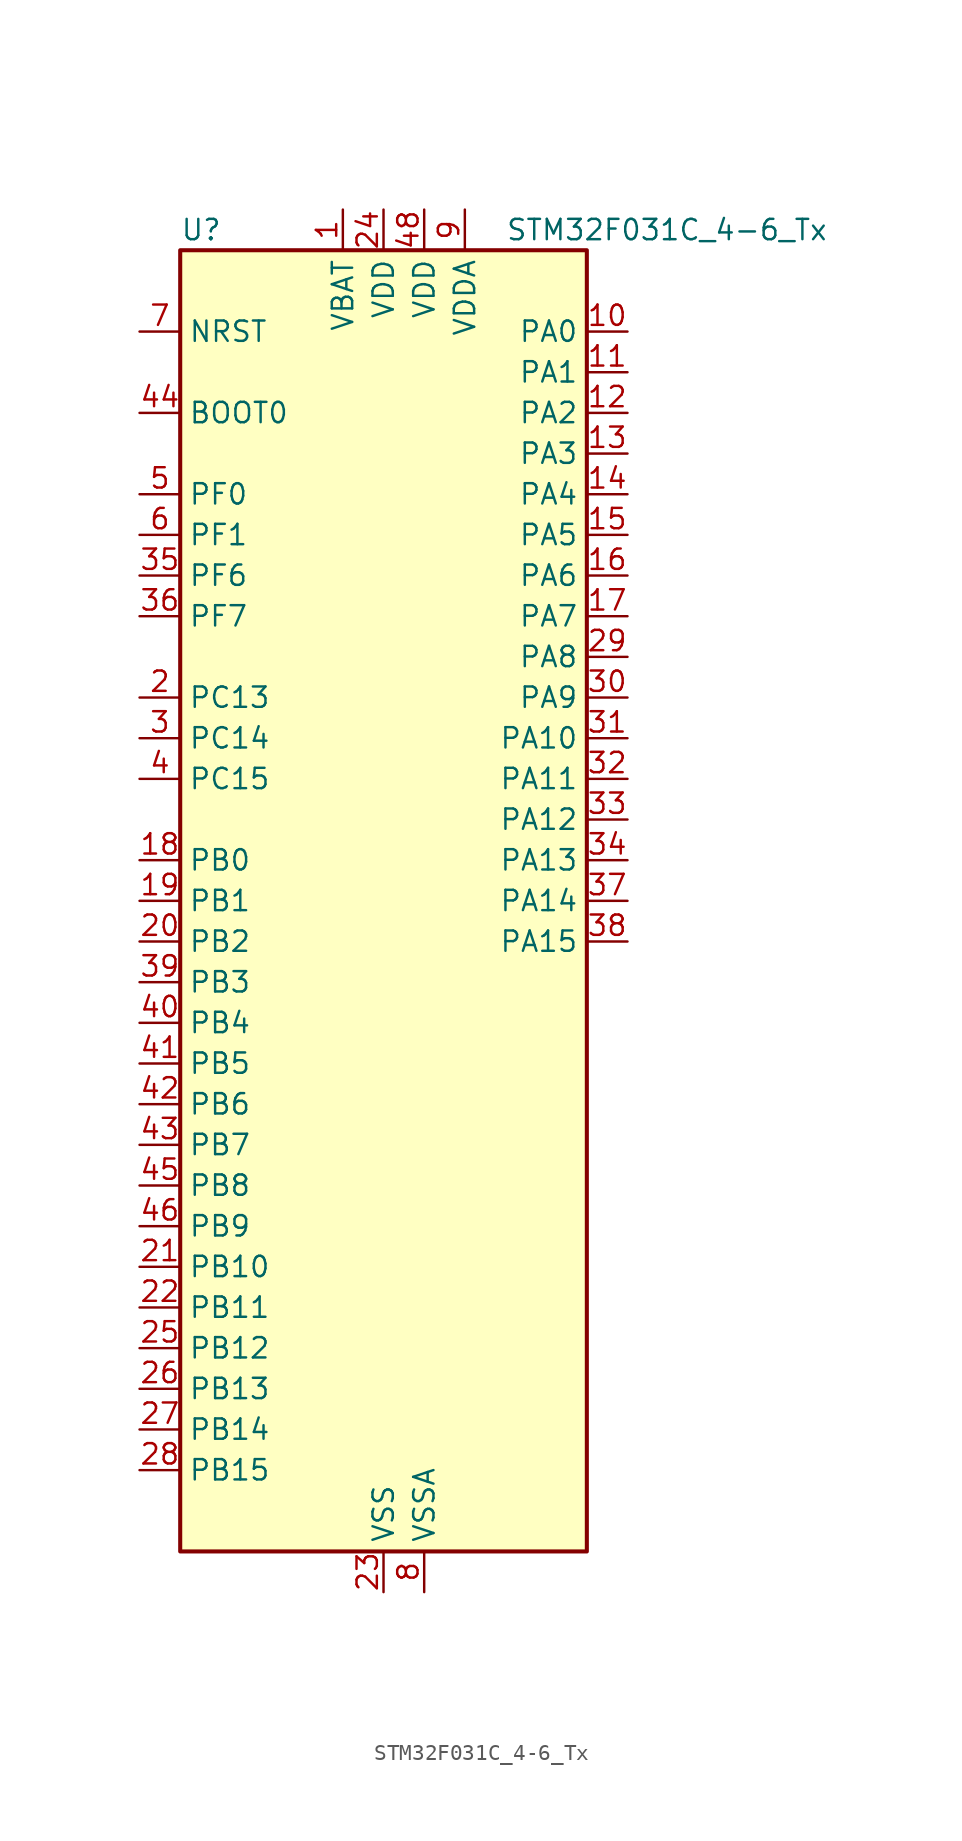
<source format=kicad_sym>
(kicad_symbol_lib
  (version 20241209)
  (generator "kicad_symbol_editor")
  (generator_version "9.0")
  (symbol "STM32F031C_4-6_Tx"
    (property "Reference" "U"
      (at -12.7 41.91 0)
      (effects (font (size 1.27 1.27)) (justify left)))
    (property "Value" "STM32F031C_4-6_Tx"
      (at 7.62 41.91 0)
      (effects (font (size 1.27 1.27)) (justify left)))
    (symbol "STM32F031C_4-6_Tx_0_1"
      (rectangle (start -12.7 -40.64) (end 12.7 40.64) (stroke (width 0.254) (type default)) (fill (type background))))
    (symbol "STM32F031C_4-6_Tx_1_1"
      (pin input line (at -15.24 35.56 0) (length 2.54) (name "NRST" (effects (font (size 1.27 1.27)))) (number "7" (effects (font (size 1.27 1.27)))))
      (pin input line (at -15.24 30.48 0) (length 2.54) (name "BOOT0" (effects (font (size 1.27 1.27)))) (number "44" (effects (font (size 1.27 1.27)))))
      (pin bidirectional line (at -15.24 25.4 0) (length 2.54) (name "PF0" (effects (font (size 1.27 1.27)))) (number "5" (effects (font (size 1.27 1.27)))) (alternate "RCC_OSC_IN" bidirectional line))
      (pin bidirectional line (at -15.24 22.86 0) (length 2.54) (name "PF1" (effects (font (size 1.27 1.27)))) (number "6" (effects (font (size 1.27 1.27)))) (alternate "RCC_OSC_OUT" bidirectional line))
      (pin bidirectional line (at -15.24 20.32 0) (length 2.54) (name "PF6" (effects (font (size 1.27 1.27)))) (number "35" (effects (font (size 1.27 1.27)))) (alternate "I2C1_SCL" bidirectional line))
      (pin bidirectional line (at -15.24 17.78 0) (length 2.54) (name "PF7" (effects (font (size 1.27 1.27)))) (number "36" (effects (font (size 1.27 1.27)))) (alternate "I2C1_SDA" bidirectional line))
      (pin bidirectional line (at -15.24 12.7 0) (length 2.54) (name "PC13" (effects (font (size 1.27 1.27)))) (number "2" (effects (font (size 1.27 1.27)))) (alternate "RTC_OUT_ALARM" bidirectional line) (alternate "RTC_OUT_CALIB" bidirectional line) (alternate "RTC_TAMP1" bidirectional line) (alternate "RTC_TS" bidirectional line) (alternate "SYS_WKUP2" bidirectional line))
      (pin bidirectional line (at -15.24 10.16 0) (length 2.54) (name "PC14" (effects (font (size 1.27 1.27)))) (number "3" (effects (font (size 1.27 1.27)))) (alternate "RCC_OSC32_IN" bidirectional line))
      (pin bidirectional line (at -15.24 7.62 0) (length 2.54) (name "PC15" (effects (font (size 1.27 1.27)))) (number "4" (effects (font (size 1.27 1.27)))) (alternate "RCC_OSC32_OUT" bidirectional line))
      (pin bidirectional line (at -15.24 2.54 0) (length 2.54) (name "PB0" (effects (font (size 1.27 1.27)))) (number "18" (effects (font (size 1.27 1.27)))) (alternate "ADC_IN8" bidirectional line) (alternate "TIM1_CH2N" bidirectional line) (alternate "TIM3_CH3" bidirectional line))
      (pin bidirectional line (at -15.24 0 0) (length 2.54) (name "PB1" (effects (font (size 1.27 1.27)))) (number "19" (effects (font (size 1.27 1.27)))) (alternate "ADC_IN9" bidirectional line) (alternate "TIM14_CH1" bidirectional line) (alternate "TIM1_CH3N" bidirectional line) (alternate "TIM3_CH4" bidirectional line))
      (pin bidirectional line (at -15.24 -2.54 0) (length 2.54) (name "PB2" (effects (font (size 1.27 1.27)))) (number "20" (effects (font (size 1.27 1.27)))))
      (pin bidirectional line (at -15.24 -5.08 0) (length 2.54) (name "PB3" (effects (font (size 1.27 1.27)))) (number "39" (effects (font (size 1.27 1.27)))) (alternate "I2S1_CK" bidirectional line) (alternate "SPI1_SCK" bidirectional line) (alternate "TIM2_CH2" bidirectional line))
      (pin bidirectional line (at -15.24 -7.62 0) (length 2.54) (name "PB4" (effects (font (size 1.27 1.27)))) (number "40" (effects (font (size 1.27 1.27)))) (alternate "I2S1_MCK" bidirectional line) (alternate "SPI1_MISO" bidirectional line) (alternate "TIM3_CH1" bidirectional line))
      (pin bidirectional line (at -15.24 -10.16 0) (length 2.54) (name "PB5" (effects (font (size 1.27 1.27)))) (number "41" (effects (font (size 1.27 1.27)))) (alternate "I2C1_SMBA" bidirectional line) (alternate "I2S1_SD" bidirectional line) (alternate "SPI1_MOSI" bidirectional line) (alternate "TIM16_BKIN" bidirectional line) (alternate "TIM3_CH2" bidirectional line))
      (pin bidirectional line (at -15.24 -12.7 0) (length 2.54) (name "PB6" (effects (font (size 1.27 1.27)))) (number "42" (effects (font (size 1.27 1.27)))) (alternate "I2C1_SCL" bidirectional line) (alternate "TIM16_CH1N" bidirectional line) (alternate "USART1_TX" bidirectional line))
      (pin bidirectional line (at -15.24 -15.24 0) (length 2.54) (name "PB7" (effects (font (size 1.27 1.27)))) (number "43" (effects (font (size 1.27 1.27)))) (alternate "I2C1_SDA" bidirectional line) (alternate "TIM17_CH1N" bidirectional line) (alternate "USART1_RX" bidirectional line))
      (pin bidirectional line (at -15.24 -17.78 0) (length 2.54) (name "PB8" (effects (font (size 1.27 1.27)))) (number "45" (effects (font (size 1.27 1.27)))) (alternate "I2C1_SCL" bidirectional line) (alternate "TIM16_CH1" bidirectional line))
      (pin bidirectional line (at -15.24 -20.32 0) (length 2.54) (name "PB9" (effects (font (size 1.27 1.27)))) (number "46" (effects (font (size 1.27 1.27)))) (alternate "I2C1_SDA" bidirectional line) (alternate "IR_OUT" bidirectional line) (alternate "TIM17_CH1" bidirectional line))
      (pin bidirectional line (at -15.24 -22.86 0) (length 2.54) (name "PB10" (effects (font (size 1.27 1.27)))) (number "21" (effects (font (size 1.27 1.27)))) (alternate "I2C1_SCL" bidirectional line) (alternate "TIM2_CH3" bidirectional line))
      (pin bidirectional line (at -15.24 -25.4 0) (length 2.54) (name "PB11" (effects (font (size 1.27 1.27)))) (number "22" (effects (font (size 1.27 1.27)))) (alternate "I2C1_SDA" bidirectional line) (alternate "TIM2_CH4" bidirectional line))
      (pin bidirectional line (at -15.24 -27.94 0) (length 2.54) (name "PB12" (effects (font (size 1.27 1.27)))) (number "25" (effects (font (size 1.27 1.27)))) (alternate "SPI1_NSS" bidirectional line) (alternate "TIM1_BKIN" bidirectional line))
      (pin bidirectional line (at -15.24 -30.48 0) (length 2.54) (name "PB13" (effects (font (size 1.27 1.27)))) (number "26" (effects (font (size 1.27 1.27)))) (alternate "SPI1_SCK" bidirectional line) (alternate "TIM1_CH1N" bidirectional line))
      (pin bidirectional line (at -15.24 -33.02 0) (length 2.54) (name "PB14" (effects (font (size 1.27 1.27)))) (number "27" (effects (font (size 1.27 1.27)))) (alternate "SPI1_MISO" bidirectional line) (alternate "TIM1_CH2N" bidirectional line))
      (pin bidirectional line (at -15.24 -35.56 0) (length 2.54) (name "PB15" (effects (font (size 1.27 1.27)))) (number "28" (effects (font (size 1.27 1.27)))) (alternate "RTC_REFIN" bidirectional line) (alternate "SPI1_MOSI" bidirectional line) (alternate "TIM1_CH3N" bidirectional line))
      (pin power_in line (at -2.54 43.18 270) (length 2.54) (name "VBAT" (effects (font (size 1.27 1.27)))) (number "1" (effects (font (size 1.27 1.27)))))
      (pin power_in line (at 0 43.18 270) (length 2.54) (name "VDD" (effects (font (size 1.27 1.27)))) (number "24" (effects (font (size 1.27 1.27)))))
      (pin power_in line (at 0 -43.18 90) (length 2.54) (name "VSS" (effects (font (size 1.27 1.27)))) (number "23" (effects (font (size 1.27 1.27)))))
      (pin passive line (at 0 -43.18 90) (length 2.54) (hide yes) (name "VSS" (effects (font (size 1.27 1.27)))) (number "47" (effects (font (size 1.27 1.27)))))
      (pin power_in line (at 2.54 43.18 270) (length 2.54) (name "VDD" (effects (font (size 1.27 1.27)))) (number "48" (effects (font (size 1.27 1.27)))))
      (pin power_in line (at 2.54 -43.18 90) (length 2.54) (name "VSSA" (effects (font (size 1.27 1.27)))) (number "8" (effects (font (size 1.27 1.27)))))
      (pin power_in line (at 5.08 43.18 270) (length 2.54) (name "VDDA" (effects (font (size 1.27 1.27)))) (number "9" (effects (font (size 1.27 1.27)))))
      (pin bidirectional line (at 15.24 35.56 180) (length 2.54) (name "PA0" (effects (font (size 1.27 1.27)))) (number "10" (effects (font (size 1.27 1.27)))) (alternate "ADC_IN0" bidirectional line) (alternate "RTC_TAMP2" bidirectional line) (alternate "SYS_WKUP1" bidirectional line) (alternate "TIM2_CH1" bidirectional line) (alternate "TIM2_ETR" bidirectional line) (alternate "USART1_CTS" bidirectional line))
      (pin bidirectional line (at 15.24 33.02 180) (length 2.54) (name "PA1" (effects (font (size 1.27 1.27)))) (number "11" (effects (font (size 1.27 1.27)))) (alternate "ADC_IN1" bidirectional line) (alternate "TIM2_CH2" bidirectional line) (alternate "USART1_DE" bidirectional line) (alternate "USART1_RTS" bidirectional line))
      (pin bidirectional line (at 15.24 30.48 180) (length 2.54) (name "PA2" (effects (font (size 1.27 1.27)))) (number "12" (effects (font (size 1.27 1.27)))) (alternate "ADC_IN2" bidirectional line) (alternate "TIM2_CH3" bidirectional line) (alternate "USART1_TX" bidirectional line))
      (pin bidirectional line (at 15.24 27.94 180) (length 2.54) (name "PA3" (effects (font (size 1.27 1.27)))) (number "13" (effects (font (size 1.27 1.27)))) (alternate "ADC_IN3" bidirectional line) (alternate "TIM2_CH4" bidirectional line) (alternate "USART1_RX" bidirectional line))
      (pin bidirectional line (at 15.24 25.4 180) (length 2.54) (name "PA4" (effects (font (size 1.27 1.27)))) (number "14" (effects (font (size 1.27 1.27)))) (alternate "ADC_IN4" bidirectional line) (alternate "I2S1_WS" bidirectional line) (alternate "SPI1_NSS" bidirectional line) (alternate "TIM14_CH1" bidirectional line) (alternate "USART1_CK" bidirectional line))
      (pin bidirectional line (at 15.24 22.86 180) (length 2.54) (name "PA5" (effects (font (size 1.27 1.27)))) (number "15" (effects (font (size 1.27 1.27)))) (alternate "ADC_IN5" bidirectional line) (alternate "I2S1_CK" bidirectional line) (alternate "SPI1_SCK" bidirectional line) (alternate "TIM2_CH1" bidirectional line) (alternate "TIM2_ETR" bidirectional line))
      (pin bidirectional line (at 15.24 20.32 180) (length 2.54) (name "PA6" (effects (font (size 1.27 1.27)))) (number "16" (effects (font (size 1.27 1.27)))) (alternate "ADC_IN6" bidirectional line) (alternate "I2S1_MCK" bidirectional line) (alternate "SPI1_MISO" bidirectional line) (alternate "TIM16_CH1" bidirectional line) (alternate "TIM1_BKIN" bidirectional line) (alternate "TIM3_CH1" bidirectional line))
      (pin bidirectional line (at 15.24 17.78 180) (length 2.54) (name "PA7" (effects (font (size 1.27 1.27)))) (number "17" (effects (font (size 1.27 1.27)))) (alternate "ADC_IN7" bidirectional line) (alternate "I2S1_SD" bidirectional line) (alternate "SPI1_MOSI" bidirectional line) (alternate "TIM14_CH1" bidirectional line) (alternate "TIM17_CH1" bidirectional line) (alternate "TIM1_CH1N" bidirectional line) (alternate "TIM3_CH2" bidirectional line))
      (pin bidirectional line (at 15.24 15.24 180) (length 2.54) (name "PA8" (effects (font (size 1.27 1.27)))) (number "29" (effects (font (size 1.27 1.27)))) (alternate "RCC_MCO" bidirectional line) (alternate "TIM1_CH1" bidirectional line) (alternate "USART1_CK" bidirectional line))
      (pin bidirectional line (at 15.24 12.7 180) (length 2.54) (name "PA9" (effects (font (size 1.27 1.27)))) (number "30" (effects (font (size 1.27 1.27)))) (alternate "I2C1_SCL" bidirectional line) (alternate "TIM1_CH2" bidirectional line) (alternate "USART1_TX" bidirectional line))
      (pin bidirectional line (at 15.24 10.16 180) (length 2.54) (name "PA10" (effects (font (size 1.27 1.27)))) (number "31" (effects (font (size 1.27 1.27)))) (alternate "I2C1_SDA" bidirectional line) (alternate "TIM17_BKIN" bidirectional line) (alternate "TIM1_CH3" bidirectional line) (alternate "USART1_RX" bidirectional line))
      (pin bidirectional line (at 15.24 7.62 180) (length 2.54) (name "PA11" (effects (font (size 1.27 1.27)))) (number "32" (effects (font (size 1.27 1.27)))) (alternate "TIM1_CH4" bidirectional line) (alternate "USART1_CTS" bidirectional line))
      (pin bidirectional line (at 15.24 5.08 180) (length 2.54) (name "PA12" (effects (font (size 1.27 1.27)))) (number "33" (effects (font (size 1.27 1.27)))) (alternate "TIM1_ETR" bidirectional line) (alternate "USART1_DE" bidirectional line) (alternate "USART1_RTS" bidirectional line))
      (pin bidirectional line (at 15.24 2.54 180) (length 2.54) (name "PA13" (effects (font (size 1.27 1.27)))) (number "34" (effects (font (size 1.27 1.27)))) (alternate "IR_OUT" bidirectional line) (alternate "SYS_SWDIO" bidirectional line))
      (pin bidirectional line (at 15.24 0 180) (length 2.54) (name "PA14" (effects (font (size 1.27 1.27)))) (number "37" (effects (font (size 1.27 1.27)))) (alternate "SYS_SWCLK" bidirectional line) (alternate "USART1_TX" bidirectional line))
      (pin bidirectional line (at 15.24 -2.54 180) (length 2.54) (name "PA15" (effects (font (size 1.27 1.27)))) (number "38" (effects (font (size 1.27 1.27)))) (alternate "I2S1_WS" bidirectional line) (alternate "SPI1_NSS" bidirectional line) (alternate "TIM2_CH1" bidirectional line) (alternate "TIM2_ETR" bidirectional line) (alternate "USART1_RX" bidirectional line)))))
</source>
